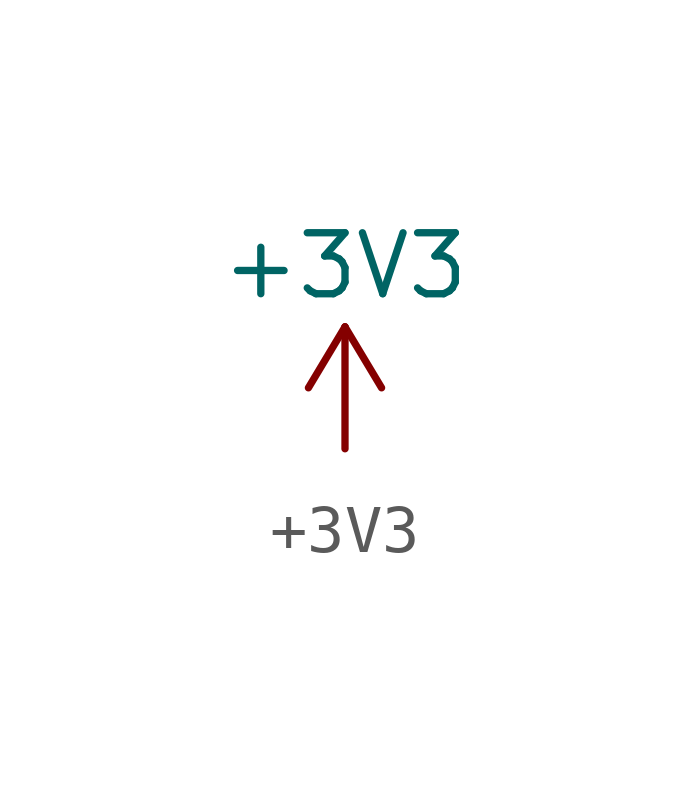
<source format=kicad_sym>
(kicad_symbol_lib
  (version 20211014)
  (generator kicad_symbol_editor)
  (symbol "+3V3"
    (power)
    (pin_numbers hide)
    (pin_names
      (offset 0))
    (property "Reference" "#PWR"
      (at 1.27 0 90)
      (effects (font (size 1.27 1.27)) hide))
    (property "Value" "+3V3"
      (at 0 3.81 0)
      (effects (font (size 1.27 1.27))))
    (symbol "+3V3_1_1"
      (polyline (pts (xy -0.762 1.27) (xy 0 2.54)) (stroke (width 0) (type default) (color 0 0 0 0)) (fill (type none)))
      (polyline (pts (xy 0 0) (xy 0 2.54)) (stroke (width 0) (type default) (color 0 0 0 0)) (fill (type none)))
      (polyline (pts (xy 0 2.54) (xy 0.762 1.27)) (stroke (width 0) (type default) (color 0 0 0 0)) (fill (type none)))
      (pin power_in line (at 0 0 90) (length 0) hide (name "+3V3" (effects (font (size 1.27 1.27)))) (number "1" (effects (font (size 1.27 1.27))))))))
</source>
